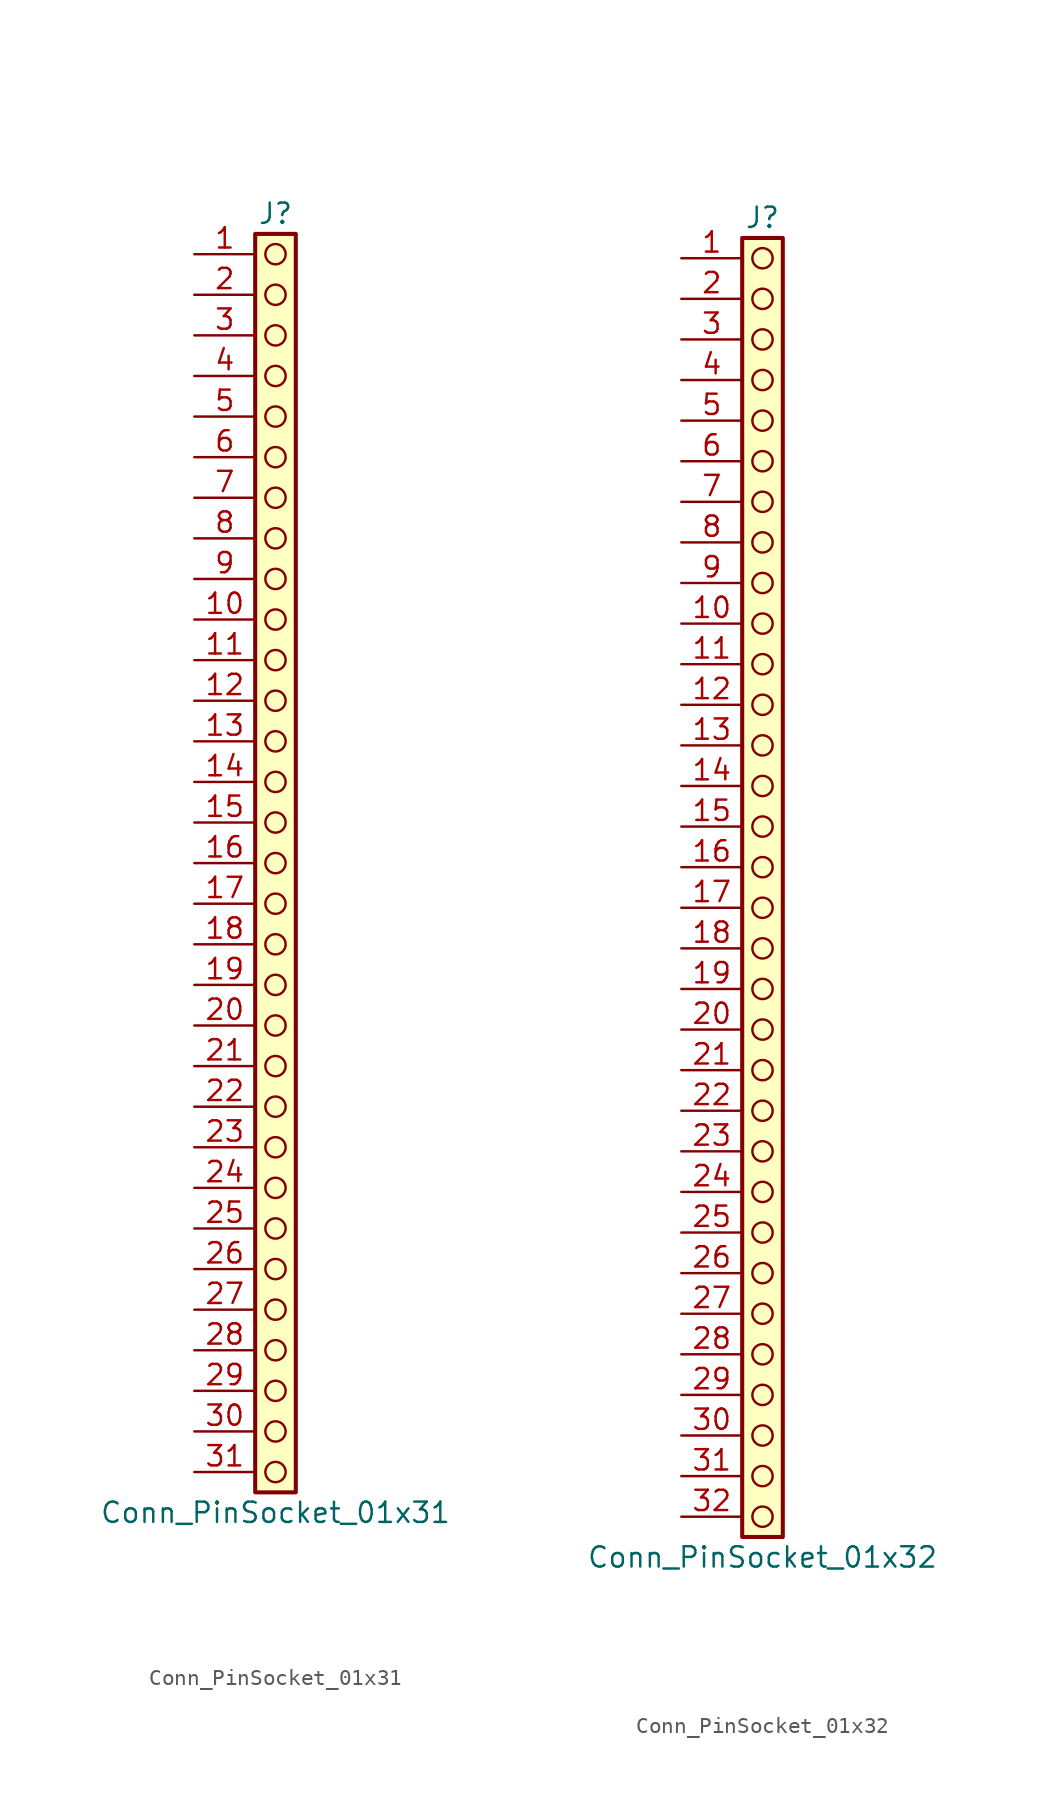
<source format=kicad_sym>
(kicad_symbol_lib
  (version 20241209)
  (generator "kicad_symbol_editor")
  (generator_version "9.0")
  (symbol "Conn_PinSocket_01x31"
    (pin_names
      (offset 1.016)
      (hide yes))
    (property "Reference" "J"
      (at 0 40.64 0)
      (effects (font (size 1.27 1.27))))
    (property "Value" "Conn_PinSocket_01x31"
      (at 0 -40.64 0)
      (effects (font (size 1.27 1.27))))
    (symbol "Conn_PinSocket_01x31_1_1"
      (rectangle (start -1.27 39.37) (end 1.27 -39.37) (stroke (width 0.254) (type default)) (fill (type background)))
      (circle (center 0 38.1) (radius 0.635) (stroke (width 0) (type solid) (color 132 0 0 1)) (fill (type none)))
      (circle (center 0 35.56) (radius 0.635) (stroke (width 0) (type solid) (color 132 0 0 1)) (fill (type none)))
      (circle (center 0 33.02) (radius 0.635) (stroke (width 0) (type solid) (color 132 0 0 1)) (fill (type none)))
      (circle (center 0 30.48) (radius 0.635) (stroke (width 0) (type solid) (color 132 0 0 1)) (fill (type none)))
      (circle (center 0 27.94) (radius 0.635) (stroke (width 0) (type solid) (color 132 0 0 1)) (fill (type none)))
      (circle (center 0 25.4) (radius 0.635) (stroke (width 0) (type solid) (color 132 0 0 1)) (fill (type none)))
      (circle (center 0 22.86) (radius 0.635) (stroke (width 0) (type solid) (color 132 0 0 1)) (fill (type none)))
      (circle (center 0 20.32) (radius 0.635) (stroke (width 0) (type solid) (color 132 0 0 1)) (fill (type none)))
      (circle (center 0 17.78) (radius 0.635) (stroke (width 0) (type solid) (color 132 0 0 1)) (fill (type none)))
      (circle (center 0 15.24) (radius 0.635) (stroke (width 0) (type solid) (color 132 0 0 1)) (fill (type none)))
      (circle (center 0 12.7) (radius 0.635) (stroke (width 0) (type solid) (color 132 0 0 1)) (fill (type none)))
      (circle (center 0 10.16) (radius 0.635) (stroke (width 0) (type solid) (color 132 0 0 1)) (fill (type none)))
      (circle (center 0 7.62) (radius 0.635) (stroke (width 0) (type solid) (color 132 0 0 1)) (fill (type none)))
      (circle (center 0 5.08) (radius 0.635) (stroke (width 0) (type solid) (color 132 0 0 1)) (fill (type none)))
      (circle (center 0 2.54) (radius 0.635) (stroke (width 0) (type solid) (color 132 0 0 1)) (fill (type none)))
      (circle (center 0 0) (radius 0.635) (stroke (width 0) (type solid) (color 132 0 0 1)) (fill (type none)))
      (circle (center 0 -2.54) (radius 0.635) (stroke (width 0) (type solid) (color 132 0 0 1)) (fill (type none)))
      (circle (center 0 -5.08) (radius 0.635) (stroke (width 0) (type solid) (color 132 0 0 1)) (fill (type none)))
      (circle (center 0 -7.62) (radius 0.635) (stroke (width 0) (type solid) (color 132 0 0 1)) (fill (type none)))
      (circle (center 0 -10.16) (radius 0.635) (stroke (width 0) (type solid) (color 132 0 0 1)) (fill (type none)))
      (circle (center 0 -12.7) (radius 0.635) (stroke (width 0) (type solid) (color 132 0 0 1)) (fill (type none)))
      (circle (center 0 -15.24) (radius 0.635) (stroke (width 0) (type solid) (color 132 0 0 1)) (fill (type none)))
      (circle (center 0 -17.78) (radius 0.635) (stroke (width 0) (type solid) (color 132 0 0 1)) (fill (type none)))
      (circle (center 0 -20.32) (radius 0.635) (stroke (width 0) (type solid) (color 132 0 0 1)) (fill (type none)))
      (circle (center 0 -22.86) (radius 0.635) (stroke (width 0) (type solid) (color 132 0 0 1)) (fill (type none)))
      (circle (center 0 -25.4) (radius 0.635) (stroke (width 0) (type solid) (color 132 0 0 1)) (fill (type none)))
      (circle (center 0 -27.94) (radius 0.635) (stroke (width 0) (type solid) (color 132 0 0 1)) (fill (type none)))
      (circle (center 0 -30.48) (radius 0.635) (stroke (width 0) (type solid) (color 132 0 0 1)) (fill (type none)))
      (circle (center 0 -33.02) (radius 0.635) (stroke (width 0) (type solid) (color 132 0 0 1)) (fill (type none)))
      (circle (center 0 -35.56) (radius 0.635) (stroke (width 0) (type solid) (color 132 0 0 1)) (fill (type none)))
      (circle (center 0 -38.1) (radius 0.635) (stroke (width 0) (type solid) (color 132 0 0 1)) (fill (type none)))
      (pin passive line (at -5.08 38.1 0) (length 3.81) (name "Pin_1" (effects (font (size 1.27 1.27)))) (number "1" (effects (font (size 1.27 1.27)))))
      (pin passive line (at -5.08 35.56 0) (length 3.81) (name "Pin_2" (effects (font (size 1.27 1.27)))) (number "2" (effects (font (size 1.27 1.27)))))
      (pin passive line (at -5.08 33.02 0) (length 3.81) (name "Pin_3" (effects (font (size 1.27 1.27)))) (number "3" (effects (font (size 1.27 1.27)))))
      (pin passive line (at -5.08 30.48 0) (length 3.81) (name "Pin_4" (effects (font (size 1.27 1.27)))) (number "4" (effects (font (size 1.27 1.27)))))
      (pin passive line (at -5.08 27.94 0) (length 3.81) (name "Pin_5" (effects (font (size 1.27 1.27)))) (number "5" (effects (font (size 1.27 1.27)))))
      (pin passive line (at -5.08 25.4 0) (length 3.81) (name "Pin_6" (effects (font (size 1.27 1.27)))) (number "6" (effects (font (size 1.27 1.27)))))
      (pin passive line (at -5.08 22.86 0) (length 3.81) (name "Pin_7" (effects (font (size 1.27 1.27)))) (number "7" (effects (font (size 1.27 1.27)))))
      (pin passive line (at -5.08 20.32 0) (length 3.81) (name "Pin_8" (effects (font (size 1.27 1.27)))) (number "8" (effects (font (size 1.27 1.27)))))
      (pin passive line (at -5.08 17.78 0) (length 3.81) (name "Pin_9" (effects (font (size 1.27 1.27)))) (number "9" (effects (font (size 1.27 1.27)))))
      (pin passive line (at -5.08 15.24 0) (length 3.81) (name "Pin_10" (effects (font (size 1.27 1.27)))) (number "10" (effects (font (size 1.27 1.27)))))
      (pin passive line (at -5.08 12.7 0) (length 3.81) (name "Pin_11" (effects (font (size 1.27 1.27)))) (number "11" (effects (font (size 1.27 1.27)))))
      (pin passive line (at -5.08 10.16 0) (length 3.81) (name "Pin_12" (effects (font (size 1.27 1.27)))) (number "12" (effects (font (size 1.27 1.27)))))
      (pin passive line (at -5.08 7.62 0) (length 3.81) (name "Pin_13" (effects (font (size 1.27 1.27)))) (number "13" (effects (font (size 1.27 1.27)))))
      (pin passive line (at -5.08 5.08 0) (length 3.81) (name "Pin_14" (effects (font (size 1.27 1.27)))) (number "14" (effects (font (size 1.27 1.27)))))
      (pin passive line (at -5.08 2.54 0) (length 3.81) (name "Pin_15" (effects (font (size 1.27 1.27)))) (number "15" (effects (font (size 1.27 1.27)))))
      (pin passive line (at -5.08 0 0) (length 3.81) (name "Pin_16" (effects (font (size 1.27 1.27)))) (number "16" (effects (font (size 1.27 1.27)))))
      (pin passive line (at -5.08 -2.54 0) (length 3.81) (name "Pin_17" (effects (font (size 1.27 1.27)))) (number "17" (effects (font (size 1.27 1.27)))))
      (pin passive line (at -5.08 -5.08 0) (length 3.81) (name "Pin_18" (effects (font (size 1.27 1.27)))) (number "18" (effects (font (size 1.27 1.27)))))
      (pin passive line (at -5.08 -7.62 0) (length 3.81) (name "Pin_19" (effects (font (size 1.27 1.27)))) (number "19" (effects (font (size 1.27 1.27)))))
      (pin passive line (at -5.08 -10.16 0) (length 3.81) (name "Pin_20" (effects (font (size 1.27 1.27)))) (number "20" (effects (font (size 1.27 1.27)))))
      (pin passive line (at -5.08 -12.7 0) (length 3.81) (name "Pin_21" (effects (font (size 1.27 1.27)))) (number "21" (effects (font (size 1.27 1.27)))))
      (pin passive line (at -5.08 -15.24 0) (length 3.81) (name "Pin_22" (effects (font (size 1.27 1.27)))) (number "22" (effects (font (size 1.27 1.27)))))
      (pin passive line (at -5.08 -17.78 0) (length 3.81) (name "Pin_23" (effects (font (size 1.27 1.27)))) (number "23" (effects (font (size 1.27 1.27)))))
      (pin passive line (at -5.08 -20.32 0) (length 3.81) (name "Pin_24" (effects (font (size 1.27 1.27)))) (number "24" (effects (font (size 1.27 1.27)))))
      (pin passive line (at -5.08 -22.86 0) (length 3.81) (name "Pin_25" (effects (font (size 1.27 1.27)))) (number "25" (effects (font (size 1.27 1.27)))))
      (pin passive line (at -5.08 -25.4 0) (length 3.81) (name "Pin_26" (effects (font (size 1.27 1.27)))) (number "26" (effects (font (size 1.27 1.27)))))
      (pin passive line (at -5.08 -27.94 0) (length 3.81) (name "Pin_27" (effects (font (size 1.27 1.27)))) (number "27" (effects (font (size 1.27 1.27)))))
      (pin passive line (at -5.08 -30.48 0) (length 3.81) (name "Pin_28" (effects (font (size 1.27 1.27)))) (number "28" (effects (font (size 1.27 1.27)))))
      (pin passive line (at -5.08 -33.02 0) (length 3.81) (name "Pin_29" (effects (font (size 1.27 1.27)))) (number "29" (effects (font (size 1.27 1.27)))))
      (pin passive line (at -5.08 -35.56 0) (length 3.81) (name "Pin_30" (effects (font (size 1.27 1.27)))) (number "30" (effects (font (size 1.27 1.27)))))
      (pin passive line (at -5.08 -38.1 0) (length 3.81) (name "Pin_31" (effects (font (size 1.27 1.27)))) (number "31" (effects (font (size 1.27 1.27)))))))
  (symbol "Conn_PinSocket_01x32"
    (pin_names
      (offset 1.016)
      (hide yes))
    (property "Reference" "J"
      (at 0 40.64 0)
      (effects (font (size 1.27 1.27))))
    (property "Value" "Conn_PinSocket_01x32"
      (at 0 -43.18 0)
      (effects (font (size 1.27 1.27))))
    (symbol "Conn_PinSocket_01x32_1_1"
      (rectangle (start -1.27 39.37) (end 1.27 -41.91) (stroke (width 0.254) (type default)) (fill (type background)))
      (circle (center 0 38.1) (radius 0.635) (stroke (width 0) (type solid) (color 132 0 0 1)) (fill (type none)))
      (circle (center 0 35.56) (radius 0.635) (stroke (width 0) (type solid) (color 132 0 0 1)) (fill (type none)))
      (circle (center 0 33.02) (radius 0.635) (stroke (width 0) (type solid) (color 132 0 0 1)) (fill (type none)))
      (circle (center 0 30.48) (radius 0.635) (stroke (width 0) (type solid) (color 132 0 0 1)) (fill (type none)))
      (circle (center 0 27.94) (radius 0.635) (stroke (width 0) (type solid) (color 132 0 0 1)) (fill (type none)))
      (circle (center 0 25.4) (radius 0.635) (stroke (width 0) (type solid) (color 132 0 0 1)) (fill (type none)))
      (circle (center 0 22.86) (radius 0.635) (stroke (width 0) (type solid) (color 132 0 0 1)) (fill (type none)))
      (circle (center 0 20.32) (radius 0.635) (stroke (width 0) (type solid) (color 132 0 0 1)) (fill (type none)))
      (circle (center 0 17.78) (radius 0.635) (stroke (width 0) (type solid) (color 132 0 0 1)) (fill (type none)))
      (circle (center 0 15.24) (radius 0.635) (stroke (width 0) (type solid) (color 132 0 0 1)) (fill (type none)))
      (circle (center 0 12.7) (radius 0.635) (stroke (width 0) (type solid) (color 132 0 0 1)) (fill (type none)))
      (circle (center 0 10.16) (radius 0.635) (stroke (width 0) (type solid) (color 132 0 0 1)) (fill (type none)))
      (circle (center 0 7.62) (radius 0.635) (stroke (width 0) (type solid) (color 132 0 0 1)) (fill (type none)))
      (circle (center 0 5.08) (radius 0.635) (stroke (width 0) (type solid) (color 132 0 0 1)) (fill (type none)))
      (circle (center 0 2.54) (radius 0.635) (stroke (width 0) (type solid) (color 132 0 0 1)) (fill (type none)))
      (circle (center 0 0) (radius 0.635) (stroke (width 0) (type solid) (color 132 0 0 1)) (fill (type none)))
      (circle (center 0 -2.54) (radius 0.635) (stroke (width 0) (type solid) (color 132 0 0 1)) (fill (type none)))
      (circle (center 0 -5.08) (radius 0.635) (stroke (width 0) (type solid) (color 132 0 0 1)) (fill (type none)))
      (circle (center 0 -7.62) (radius 0.635) (stroke (width 0) (type solid) (color 132 0 0 1)) (fill (type none)))
      (circle (center 0 -10.16) (radius 0.635) (stroke (width 0) (type solid) (color 132 0 0 1)) (fill (type none)))
      (circle (center 0 -12.7) (radius 0.635) (stroke (width 0) (type solid) (color 132 0 0 1)) (fill (type none)))
      (circle (center 0 -15.24) (radius 0.635) (stroke (width 0) (type solid) (color 132 0 0 1)) (fill (type none)))
      (circle (center 0 -17.78) (radius 0.635) (stroke (width 0) (type solid) (color 132 0 0 1)) (fill (type none)))
      (circle (center 0 -20.32) (radius 0.635) (stroke (width 0) (type solid) (color 132 0 0 1)) (fill (type none)))
      (circle (center 0 -22.86) (radius 0.635) (stroke (width 0) (type solid) (color 132 0 0 1)) (fill (type none)))
      (circle (center 0 -25.4) (radius 0.635) (stroke (width 0) (type solid) (color 132 0 0 1)) (fill (type none)))
      (circle (center 0 -27.94) (radius 0.635) (stroke (width 0) (type solid) (color 132 0 0 1)) (fill (type none)))
      (circle (center 0 -30.48) (radius 0.635) (stroke (width 0) (type solid) (color 132 0 0 1)) (fill (type none)))
      (circle (center 0 -33.02) (radius 0.635) (stroke (width 0) (type solid) (color 132 0 0 1)) (fill (type none)))
      (circle (center 0 -35.56) (radius 0.635) (stroke (width 0) (type solid) (color 132 0 0 1)) (fill (type none)))
      (circle (center 0 -38.1) (radius 0.635) (stroke (width 0) (type solid) (color 132 0 0 1)) (fill (type none)))
      (circle (center 0 -40.64) (radius 0.635) (stroke (width 0) (type solid) (color 132 0 0 1)) (fill (type none)))
      (pin passive line (at -5.08 38.1 0) (length 3.81) (name "Pin_1" (effects (font (size 1.27 1.27)))) (number "1" (effects (font (size 1.27 1.27)))))
      (pin passive line (at -5.08 35.56 0) (length 3.81) (name "Pin_2" (effects (font (size 1.27 1.27)))) (number "2" (effects (font (size 1.27 1.27)))))
      (pin passive line (at -5.08 33.02 0) (length 3.81) (name "Pin_3" (effects (font (size 1.27 1.27)))) (number "3" (effects (font (size 1.27 1.27)))))
      (pin passive line (at -5.08 30.48 0) (length 3.81) (name "Pin_4" (effects (font (size 1.27 1.27)))) (number "4" (effects (font (size 1.27 1.27)))))
      (pin passive line (at -5.08 27.94 0) (length 3.81) (name "Pin_5" (effects (font (size 1.27 1.27)))) (number "5" (effects (font (size 1.27 1.27)))))
      (pin passive line (at -5.08 25.4 0) (length 3.81) (name "Pin_6" (effects (font (size 1.27 1.27)))) (number "6" (effects (font (size 1.27 1.27)))))
      (pin passive line (at -5.08 22.86 0) (length 3.81) (name "Pin_7" (effects (font (size 1.27 1.27)))) (number "7" (effects (font (size 1.27 1.27)))))
      (pin passive line (at -5.08 20.32 0) (length 3.81) (name "Pin_8" (effects (font (size 1.27 1.27)))) (number "8" (effects (font (size 1.27 1.27)))))
      (pin passive line (at -5.08 17.78 0) (length 3.81) (name "Pin_9" (effects (font (size 1.27 1.27)))) (number "9" (effects (font (size 1.27 1.27)))))
      (pin passive line (at -5.08 15.24 0) (length 3.81) (name "Pin_10" (effects (font (size 1.27 1.27)))) (number "10" (effects (font (size 1.27 1.27)))))
      (pin passive line (at -5.08 12.7 0) (length 3.81) (name "Pin_11" (effects (font (size 1.27 1.27)))) (number "11" (effects (font (size 1.27 1.27)))))
      (pin passive line (at -5.08 10.16 0) (length 3.81) (name "Pin_12" (effects (font (size 1.27 1.27)))) (number "12" (effects (font (size 1.27 1.27)))))
      (pin passive line (at -5.08 7.62 0) (length 3.81) (name "Pin_13" (effects (font (size 1.27 1.27)))) (number "13" (effects (font (size 1.27 1.27)))))
      (pin passive line (at -5.08 5.08 0) (length 3.81) (name "Pin_14" (effects (font (size 1.27 1.27)))) (number "14" (effects (font (size 1.27 1.27)))))
      (pin passive line (at -5.08 2.54 0) (length 3.81) (name "Pin_15" (effects (font (size 1.27 1.27)))) (number "15" (effects (font (size 1.27 1.27)))))
      (pin passive line (at -5.08 0 0) (length 3.81) (name "Pin_16" (effects (font (size 1.27 1.27)))) (number "16" (effects (font (size 1.27 1.27)))))
      (pin passive line (at -5.08 -2.54 0) (length 3.81) (name "Pin_17" (effects (font (size 1.27 1.27)))) (number "17" (effects (font (size 1.27 1.27)))))
      (pin passive line (at -5.08 -5.08 0) (length 3.81) (name "Pin_18" (effects (font (size 1.27 1.27)))) (number "18" (effects (font (size 1.27 1.27)))))
      (pin passive line (at -5.08 -7.62 0) (length 3.81) (name "Pin_19" (effects (font (size 1.27 1.27)))) (number "19" (effects (font (size 1.27 1.27)))))
      (pin passive line (at -5.08 -10.16 0) (length 3.81) (name "Pin_20" (effects (font (size 1.27 1.27)))) (number "20" (effects (font (size 1.27 1.27)))))
      (pin passive line (at -5.08 -12.7 0) (length 3.81) (name "Pin_21" (effects (font (size 1.27 1.27)))) (number "21" (effects (font (size 1.27 1.27)))))
      (pin passive line (at -5.08 -15.24 0) (length 3.81) (name "Pin_22" (effects (font (size 1.27 1.27)))) (number "22" (effects (font (size 1.27 1.27)))))
      (pin passive line (at -5.08 -17.78 0) (length 3.81) (name "Pin_23" (effects (font (size 1.27 1.27)))) (number "23" (effects (font (size 1.27 1.27)))))
      (pin passive line (at -5.08 -20.32 0) (length 3.81) (name "Pin_24" (effects (font (size 1.27 1.27)))) (number "24" (effects (font (size 1.27 1.27)))))
      (pin passive line (at -5.08 -22.86 0) (length 3.81) (name "Pin_25" (effects (font (size 1.27 1.27)))) (number "25" (effects (font (size 1.27 1.27)))))
      (pin passive line (at -5.08 -25.4 0) (length 3.81) (name "Pin_26" (effects (font (size 1.27 1.27)))) (number "26" (effects (font (size 1.27 1.27)))))
      (pin passive line (at -5.08 -27.94 0) (length 3.81) (name "Pin_27" (effects (font (size 1.27 1.27)))) (number "27" (effects (font (size 1.27 1.27)))))
      (pin passive line (at -5.08 -30.48 0) (length 3.81) (name "Pin_28" (effects (font (size 1.27 1.27)))) (number "28" (effects (font (size 1.27 1.27)))))
      (pin passive line (at -5.08 -33.02 0) (length 3.81) (name "Pin_29" (effects (font (size 1.27 1.27)))) (number "29" (effects (font (size 1.27 1.27)))))
      (pin passive line (at -5.08 -35.56 0) (length 3.81) (name "Pin_30" (effects (font (size 1.27 1.27)))) (number "30" (effects (font (size 1.27 1.27)))))
      (pin passive line (at -5.08 -38.1 0) (length 3.81) (name "Pin_31" (effects (font (size 1.27 1.27)))) (number "31" (effects (font (size 1.27 1.27)))))
      (pin passive line (at -5.08 -40.64 0) (length 3.81) (name "Pin_32" (effects (font (size 1.27 1.27)))) (number "32" (effects (font (size 1.27 1.27))))))))
</source>
